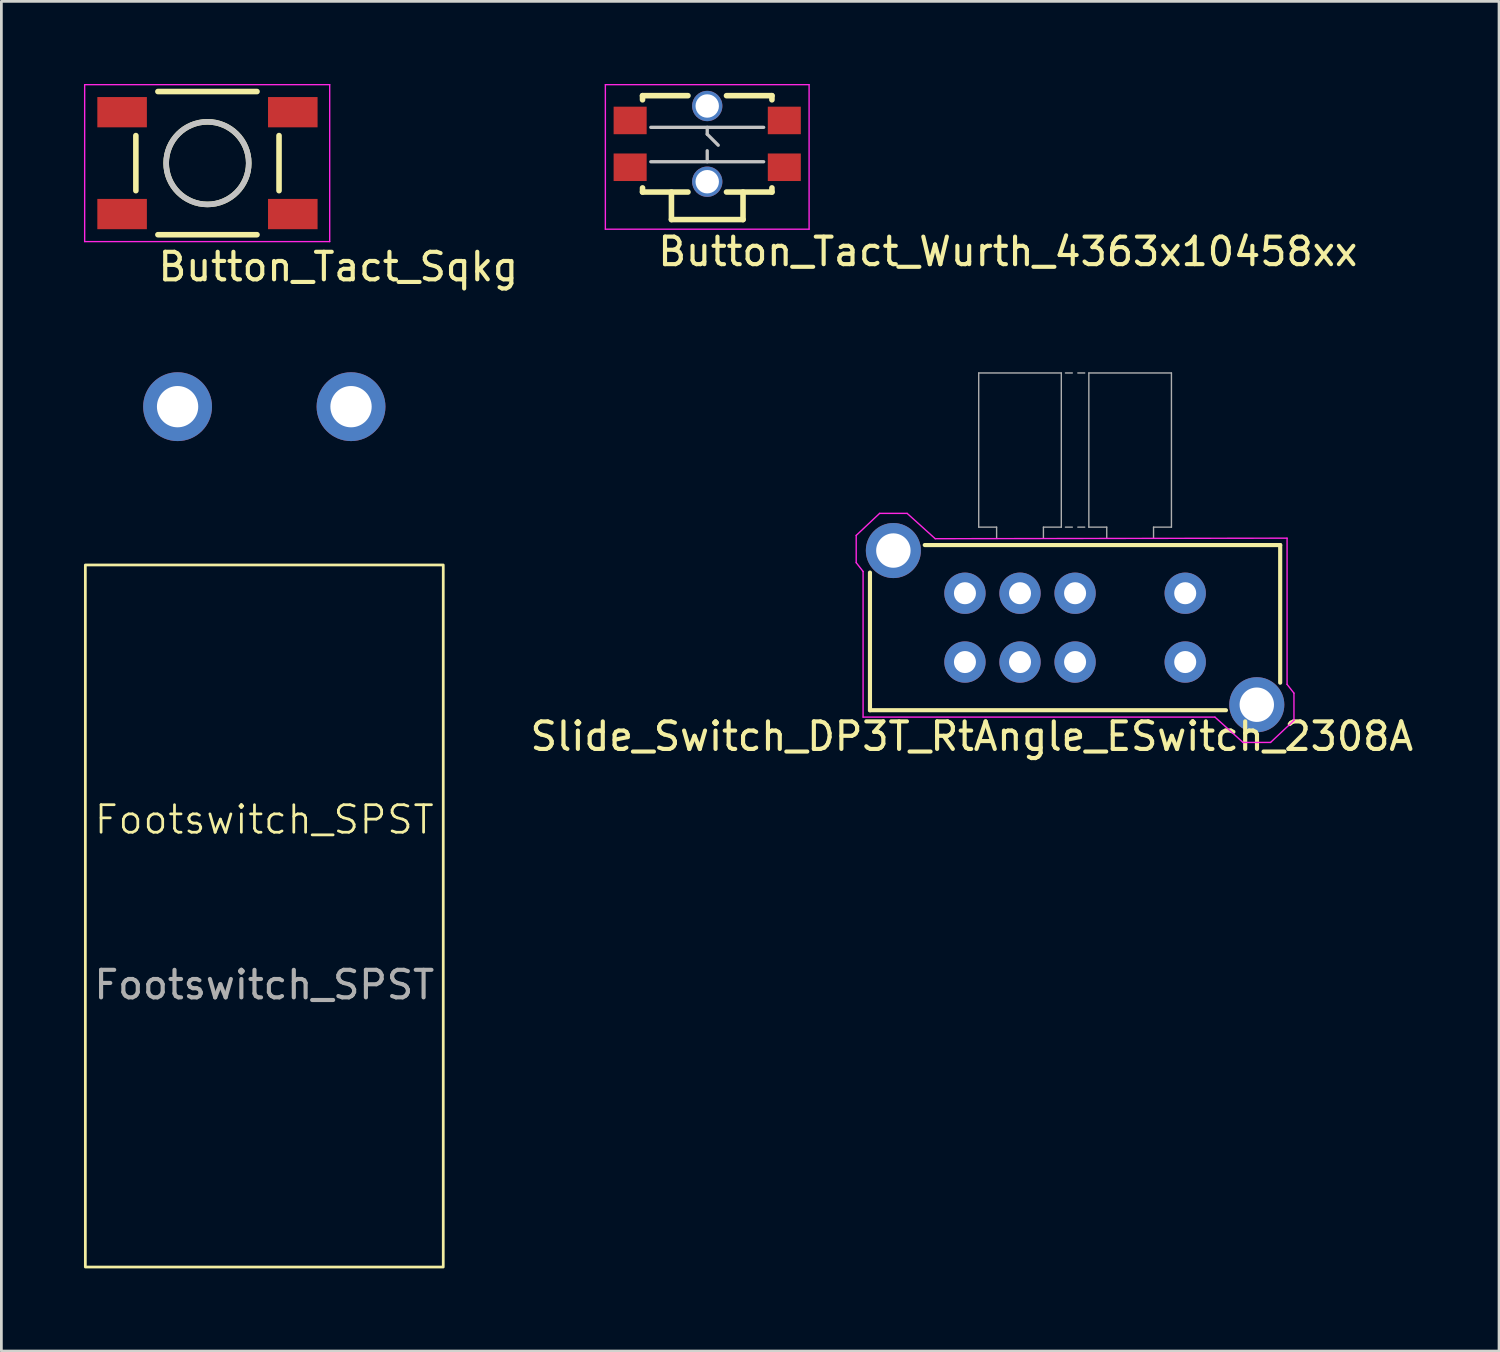
<source format=kicad_pcb>
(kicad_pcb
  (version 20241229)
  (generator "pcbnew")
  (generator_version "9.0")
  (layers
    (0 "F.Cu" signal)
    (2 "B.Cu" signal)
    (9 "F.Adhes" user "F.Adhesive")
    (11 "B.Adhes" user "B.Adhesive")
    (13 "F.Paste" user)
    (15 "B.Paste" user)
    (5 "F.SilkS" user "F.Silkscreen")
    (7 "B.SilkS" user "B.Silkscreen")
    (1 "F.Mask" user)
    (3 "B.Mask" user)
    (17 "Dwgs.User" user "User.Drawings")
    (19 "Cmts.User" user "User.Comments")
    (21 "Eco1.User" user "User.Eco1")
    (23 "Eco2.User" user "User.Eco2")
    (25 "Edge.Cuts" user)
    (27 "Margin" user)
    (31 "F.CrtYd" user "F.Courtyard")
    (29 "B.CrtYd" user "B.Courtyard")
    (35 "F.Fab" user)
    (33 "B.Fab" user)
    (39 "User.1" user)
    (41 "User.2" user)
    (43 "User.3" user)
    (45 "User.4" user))
  (footprint "Footswitch_SPST"
    (layer "F.Cu")
    (at 6.55 30.221)
    (property "Reference" "Footswitch_SPST" (at 0 -3.5 0) (unlocked yes) (layer "F.SilkS") (effects (font (size 1 1) (thickness 0.1))))
    (attr through_hole)
    (fp_rect (start -6.5 -12.75) (end 6.5 12.75) (stroke (width 0.1) (type default)) (fill no) (layer "F.SilkS"))
    (fp_text user "${REFERENCE}" (at 0 2.5 0) (unlocked yes) (layer "F.Fab") (effects (font (size 1 1) (thickness 0.15))))
    (pad "1" thru_hole circle (at -3.15 -18.5) (size 2.5 2.5) (drill 1.5) (layers "*.Cu" "*.Mask"))
    (pad "2" thru_hole circle (at 3.15 -18.5) (size 2.5 2.5) (drill 1.5) (layers "*.Cu" "*.Mask")))
  (footprint "Slide_Switch_DP3T_RtAngle_ESwitch_2308A"
    (layer "F.Cu")
    (at 35.999 19.747)
    (property "Reference" "Slide_Switch_DP3T_RtAngle_ESwitch_2308A" (at -3.75 3.95 180) (layer "F.SilkS") (effects (font (size 1 1) (thickness 0.15))))
    (attr through_hole)
    (fp_line (start -7.45 3) (end -7.45 -2) (stroke (width 0.15) (type solid)) (layer "F.SilkS"))
    (fp_line (start -7.45 3) (end 5.48 3) (stroke (width 0.15) (type solid)) (layer "F.SilkS"))
    (fp_line (start -5.46 -3) (end 7.45 -3) (stroke (width 0.15) (type solid)) (layer "F.SilkS"))
    (fp_line (start 7.45 2) (end 7.45 -3) (stroke (width 0.15) (type solid)) (layer "F.SilkS"))
    (fp_line (start -7.95 -3.35) (end -7.95 -2.36) (stroke (width 0.05) (type solid)) (layer "F.CrtYd"))
    (fp_line (start -7.95 -2.36) (end -7.7 -2.04) (stroke (width 0.05) (type solid)) (layer "F.CrtYd"))
    (fp_line (start -7.7 3.25) (end -7.7 -2.04) (stroke (width 0.05) (type solid)) (layer "F.CrtYd"))
    (fp_line (start -7.7 3.25) (end 5.08 3.25) (stroke (width 0.05) (type solid)) (layer "F.CrtYd"))
    (fp_line (start -7.1 -4.15) (end -7.95 -3.35) (stroke (width 0.05) (type solid)) (layer "F.CrtYd"))
    (fp_line (start -7.1 -4.15) (end -6.1 -4.15) (stroke (width 0.05) (type solid)) (layer "F.CrtYd"))
    (fp_line (start -6.1 -4.15) (end -5.08 -3.23) (stroke (width 0.05) (type solid)) (layer "F.CrtYd"))
    (fp_line (start -5.08 -3.23) (end 7.7 -3.25) (stroke (width 0.05) (type solid)) (layer "F.CrtYd"))
    (fp_line (start 6.1 4.17) (end 5.08 3.25) (stroke (width 0.05) (type solid)) (layer "F.CrtYd"))
    (fp_line (start 7.1 4.17) (end 6.1 4.17) (stroke (width 0.05) (type solid)) (layer "F.CrtYd"))
    (fp_line (start 7.1 4.17) (end 7.95 3.37) (stroke (width 0.05) (type solid)) (layer "F.CrtYd"))
    (fp_line (start 7.7 2.06) (end 7.7 -3.25) (stroke (width 0.05) (type solid)) (layer "F.CrtYd"))
    (fp_line (start 7.95 2.38) (end 7.7 2.06) (stroke (width 0.05) (type solid)) (layer "F.CrtYd"))
    (fp_line (start 7.95 3.37) (end 7.95 2.38) (stroke (width 0.05) (type solid)) (layer "F.CrtYd"))
    (fp_line (start -3.5 -9.25) (end -0.5 -9.25) (stroke (width 0.05) (type solid)) (layer "F.Fab"))
    (fp_line (start -3.5 -3.65) (end -3.5 -9.25) (stroke (width 0.05) (type solid)) (layer "F.Fab"))
    (fp_line (start -3.5 -3.65) (end -2.85 -3.65) (stroke (width 0.05) (type solid)) (layer "F.Fab"))
    (fp_line (start -2.85 -3.65) (end -2.85 -3.25) (stroke (width 0.05) (type solid)) (layer "F.Fab"))
    (fp_line (start -1.15 -3.65) (end -1.15 -3.25) (stroke (width 0.05) (type solid)) (layer "F.Fab"))
    (fp_line (start -1.15 -3.65) (end -0.5 -3.65) (stroke (width 0.05) (type solid)) (layer "F.Fab"))
    (fp_line (start -0.5 -9.25) (end -0.5 -3.65) (stroke (width 0.05) (type solid)) (layer "F.Fab"))
    (fp_line (start -0.35 -9.25) (end -0.1 -9.25) (stroke (width 0.05) (type solid)) (layer "F.Fab"))
    (fp_line (start -0.35 -3.65) (end -0.1 -3.65) (stroke (width 0.05) (type solid)) (layer "F.Fab"))
    (fp_line (start 0.1 -9.25) (end 0.35 -9.25) (stroke (width 0.05) (type solid)) (layer "F.Fab"))
    (fp_line (start 0.1 -3.65) (end 0.35 -3.65) (stroke (width 0.05) (type solid)) (layer "F.Fab"))
    (fp_line (start 0.5 -9.25) (end 3.5 -9.25) (stroke (width 0.05) (type solid)) (layer "F.Fab"))
    (fp_line (start 0.5 -3.65) (end 0.5 -9.25) (stroke (width 0.05) (type solid)) (layer "F.Fab"))
    (fp_line (start 0.5 -3.65) (end 1.15 -3.65) (stroke (width 0.05) (type solid)) (layer "F.Fab"))
    (fp_line (start 1.15 -3.65) (end 1.15 -3.25) (stroke (width 0.05) (type solid)) (layer "F.Fab"))
    (fp_line (start 2.85 -3.65) (end 2.85 -3.25) (stroke (width 0.05) (type solid)) (layer "F.Fab"))
    (fp_line (start 2.85 -3.65) (end 3.5 -3.65) (stroke (width 0.05) (type solid)) (layer "F.Fab"))
    (fp_line (start 3.5 -9.25) (end 3.5 -3.65) (stroke (width 0.05) (type solid)) (layer "F.Fab"))
    (pad "" thru_hole circle (at -6.6 -2.8) (size 2 2) (drill 1.25) (layers "*.Cu" "*.Mask"))
    (pad "" thru_hole circle (at 6.6 2.8) (size 2 2) (drill 1.25) (layers "*.Cu" "*.Mask"))
    (pad "1" thru_hole circle (at 4 -1.25) (size 1.5 1.5) (drill 0.8) (layers "*.Cu" "*.Mask"))
    (pad "2" thru_hole circle (at 0 -1.25) (size 1.5 1.5) (drill 0.8) (layers "*.Cu" "*.Mask"))
    (pad "3" thru_hole circle (at -2 -1.25) (size 1.5 1.5) (drill 0.8) (layers "*.Cu" "*.Mask"))
    (pad "4" thru_hole circle (at -4 -1.25) (size 1.5 1.5) (drill 0.8) (layers "*.Cu" "*.Mask"))
    (pad "5" thru_hole circle (at 4 1.25) (size 1.5 1.5) (drill 0.8) (layers "*.Cu" "*.Mask"))
    (pad "6" thru_hole circle (at 0 1.25) (size 1.5 1.5) (drill 0.8) (layers "*.Cu" "*.Mask"))
    (pad "7" thru_hole circle (at -2 1.25) (size 1.5 1.5) (drill 0.8) (layers "*.Cu" "*.Mask"))
    (pad "8" thru_hole circle (at -4 1.25) (size 1.5 1.5) (drill 0.8) (layers "*.Cu" "*.Mask")))
  (footprint "Button_Tact_Sqkg"
    (layer "F.Cu")
    (at 4.485 2.875)
    (property "Reference" "Button_Tact_Sqkg" (at -1.87 4.35 0) (layer "F.SilkS") (effects (font (size 1 1) (thickness 0.15)) (justify left bottom)))
    (attr through_hole)
    (fp_line (start -2.6 1) (end -2.6 -1) (stroke (width 0.203) (type solid)) (layer "F.SilkS"))
    (fp_line (start 1.8 -2.6) (end -1.8 -2.6) (stroke (width 0.203) (type solid)) (layer "F.SilkS"))
    (fp_line (start 1.8 2.6) (end -1.8 2.6) (stroke (width 0.203) (type solid)) (layer "F.SilkS"))
    (fp_line (start 2.6 1) (end 2.6 -1) (stroke (width 0.203) (type solid)) (layer "F.SilkS"))
    (fp_circle (center 0 0) (end 1.5 0) (stroke (width 0.203) (type solid)) (fill no) (layer "F.SilkS"))
    (fp_circle (center 0 0) (end 1.5 0) (stroke (width 0.203) (type solid)) (fill no) (layer "Dwgs.User"))
    (fp_line (start -4.46 -2.85) (end -4.46 2.85) (stroke (width 0.05) (type solid)) (layer "F.CrtYd"))
    (fp_line (start -4.46 2.85) (end 4.44 2.85) (stroke (width 0.05) (type solid)) (layer "F.CrtYd"))
    (fp_line (start 4.44 -2.85) (end -4.46 -2.85) (stroke (width 0.05) (type solid)) (layer "F.CrtYd"))
    (fp_line (start 4.44 2.85) (end 4.44 -2.85) (stroke (width 0.05) (type solid)) (layer "F.CrtYd"))
    (pad "1" smd rect (at -3.1 -1.85) (size 1.8 1.1) (layers "F.Cu" "F.Mask" "F.Paste"))
    (pad "2" smd rect (at -3.1 1.85) (size 1.8 1.1) (layers "F.Cu" "F.Mask" "F.Paste"))
    (pad "3" smd rect (at 3.1 -1.85) (size 1.8 1.1) (layers "F.Cu" "F.Mask" "F.Paste"))
    (pad "4" smd rect (at 3.1 1.85) (size 1.8 1.1) (layers "F.Cu" "F.Mask" "F.Paste")))
  (footprint "Button_Tact_Wurth_4363x10458xx"
    (layer "F.Cu")
    (at 22.638 2.175)
    (property "Reference" "Button_Tact_Wurth_4363x10458xx" (at -1.87 4.5 0) (layer "F.SilkS") (effects (font (size 1 1) (thickness 0.15)) (justify left bottom)))
    (attr through_hole)
    (fp_line (start -2.35 -1.6) (end -2.35 -1.75) (stroke (width 0.203) (type solid)) (layer "F.SilkS"))
    (fp_line (start -2.35 1.75) (end -2.35 1.6) (stroke (width 0.203) (type solid)) (layer "F.SilkS"))
    (fp_line (start -1.3 2.75) (end -1.3 1.75) (stroke (width 0.203) (type solid)) (layer "F.SilkS"))
    (fp_line (start -0.7 -1.75) (end -2.35 -1.75) (stroke (width 0.203) (type solid)) (layer "F.SilkS"))
    (fp_line (start -0.7 1.75) (end -2.35 1.75) (stroke (width 0.203) (type solid)) (layer "F.SilkS"))
    (fp_line (start 1.3 2.75) (end -1.3 2.75) (stroke (width 0.203) (type solid)) (layer "F.SilkS"))
    (fp_line (start 1.3 2.75) (end 1.3 1.75) (stroke (width 0.203) (type solid)) (layer "F.SilkS"))
    (fp_line (start 2.35 -1.75) (end 0.7 -1.75) (stroke (width 0.203) (type solid)) (layer "F.SilkS"))
    (fp_line (start 2.35 -1.6) (end 2.35 -1.75) (stroke (width 0.203) (type solid)) (layer "F.SilkS"))
    (fp_line (start 2.35 1.75) (end 0.7 1.75) (stroke (width 0.203) (type solid)) (layer "F.SilkS"))
    (fp_line (start 2.35 1.75) (end 2.35 1.6) (stroke (width 0.203) (type solid)) (layer "F.SilkS"))
    (fp_line (start -2.05 -0.6) (end 2.05 -0.6) (stroke (width 0.12) (type solid)) (layer "Dwgs.User"))
    (fp_line (start 0 -0.6) (end 0 -0.35) (stroke (width 0.12) (type solid)) (layer "Dwgs.User"))
    (fp_line (start 0 -0.35) (end 0.4 0.05) (stroke (width 0.12) (type solid)) (layer "Dwgs.User"))
    (fp_line (start 0 0.65) (end 0 0.25) (stroke (width 0.12) (type solid)) (layer "Dwgs.User"))
    (fp_line (start 2.05 0.65) (end -2.05 0.65) (stroke (width 0.12) (type solid)) (layer "Dwgs.User"))
    (fp_line (start -3.7 -2.15) (end -3.7 3.1) (stroke (width 0.05) (type solid)) (layer "F.CrtYd"))
    (fp_line (start -3.7 3.1) (end 3.7 3.1) (stroke (width 0.05) (type solid)) (layer "F.CrtYd"))
    (fp_line (start 3.7 -2.15) (end -3.7 -2.15) (stroke (width 0.05) (type solid)) (layer "F.CrtYd"))
    (fp_line (start 3.7 3.1) (end 3.7 -2.15) (stroke (width 0.05) (type solid)) (layer "F.CrtYd"))
    (pad "1" smd rect (at 2.8 -0.85) (size 1.2 1) (layers "F.Cu" "F.Mask" "F.Paste"))
    (pad "2" smd rect (at 2.8 0.85) (size 1.2 1) (layers "F.Cu" "F.Mask" "F.Paste"))
    (pad "3" smd rect (at -2.8 -0.85) (size 1.2 1) (layers "F.Cu" "F.Mask" "F.Paste"))
    (pad "4" smd rect (at -2.8 0.85) (size 1.2 1) (layers "F.Cu" "F.Mask" "F.Paste"))
    (pad "5" thru_hole circle (at 0 -1.375) (size 1.1 1.1) (drill 0.85) (layers "*.Cu" "*.Mask"))
    (pad "5" thru_hole circle (at 0 1.375) (size 1.1 1.1) (drill 0.85) (layers "*.Cu" "*.Mask")))
  (gr_rect
    (start -3 -3)
    (end 51.398 46.022)
    (stroke (width 0.1) (type default))
    (fill no)
    (layer "Edge.Cuts")))
</source>
